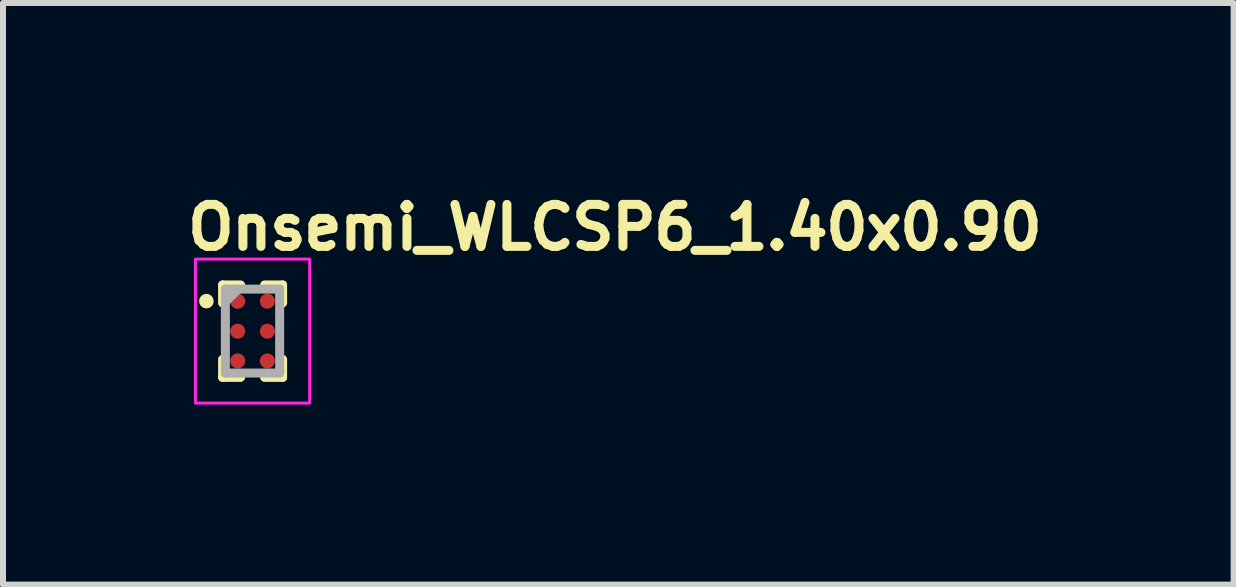
<source format=kicad_pcb>
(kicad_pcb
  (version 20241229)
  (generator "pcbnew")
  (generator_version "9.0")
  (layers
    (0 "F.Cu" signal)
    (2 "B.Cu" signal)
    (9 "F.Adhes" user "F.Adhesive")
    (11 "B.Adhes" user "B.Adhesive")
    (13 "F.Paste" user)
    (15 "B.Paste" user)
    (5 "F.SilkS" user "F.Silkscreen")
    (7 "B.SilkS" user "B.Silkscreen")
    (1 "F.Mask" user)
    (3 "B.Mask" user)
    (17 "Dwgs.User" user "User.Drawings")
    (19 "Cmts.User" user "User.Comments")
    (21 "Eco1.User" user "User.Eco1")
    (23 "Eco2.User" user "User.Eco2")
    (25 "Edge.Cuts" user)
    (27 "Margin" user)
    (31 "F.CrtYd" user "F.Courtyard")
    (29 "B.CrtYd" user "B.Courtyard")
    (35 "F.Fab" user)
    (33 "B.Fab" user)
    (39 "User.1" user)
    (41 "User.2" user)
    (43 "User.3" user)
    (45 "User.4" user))
  (footprint "Onsemi_WLCSP6_1.40x0.90"
    (layer "F.Cu")
    (at 1.16 2.469)
    (property "Reference" "Onsemi_WLCSP6_1.40x0.90" (at -1.16 -1.319 0) (layer "F.SilkS") (effects (font (size 0.7 0.7) (thickness 0.15)) (justify left bottom)))
    (attr smd)
    (fp_line (start -0.5 -0.47) (end -0.5 -0.77) (stroke (width 0.15) (type solid)) (layer "F.SilkS"))
    (fp_line (start -0.5 0.47) (end -0.5 0.77) (stroke (width 0.15) (type solid)) (layer "F.SilkS"))
    (fp_line (start -0.2 -0.77) (end -0.5 -0.77) (stroke (width 0.15) (type solid)) (layer "F.SilkS"))
    (fp_line (start -0.2 0.77) (end -0.5 0.77) (stroke (width 0.15) (type solid)) (layer "F.SilkS"))
    (fp_line (start 0.2 -0.77) (end 0.5 -0.77) (stroke (width 0.15) (type solid)) (layer "F.SilkS"))
    (fp_line (start 0.2 0.77) (end 0.5 0.77) (stroke (width 0.15) (type solid)) (layer "F.SilkS"))
    (fp_line (start 0.5 -0.47) (end 0.5 -0.77) (stroke (width 0.15) (type solid)) (layer "F.SilkS"))
    (fp_line (start 0.5 0.47) (end 0.5 0.77) (stroke (width 0.15) (type solid)) (layer "F.SilkS"))
    (fp_circle (center -0.77 -0.5) (end -0.724 -0.5) (stroke (width 0.15) (type solid)) (fill yes) (layer "F.SilkS"))
    (fp_rect (start -0.953 -1.201) (end 0.951 1.199) (stroke (width 0.05) (type solid)) (fill no) (layer "F.CrtYd"))
    (fp_line (start -0.454 0.698) (end -0.454 -0.701) (stroke (width 0.15) (type solid)) (layer "F.Fab"))
    (fp_line (start -0.25 -0.69) (end -0.45 -0.49) (stroke (width 0.15) (type solid)) (layer "F.Fab"))
    (fp_line (start 0.451 -0.701) (end -0.454 -0.701) (stroke (width 0.15) (type solid)) (layer "F.Fab"))
    (fp_line (start 0.451 0.698) (end -0.454 0.698) (stroke (width 0.15) (type solid)) (layer "F.Fab"))
    (fp_line (start 0.451 0.698) (end 0.451 -0.701) (stroke (width 0.15) (type solid)) (layer "F.Fab"))
    (fp_rect (start -0.453 -0.701) (end 0.451 0.699) (stroke (width 0.1) (type solid)) (fill no) (layer "User.5"))
    (fp_rect (start -0.453 -0.701) (end 0.451 0.699) (stroke (width 0.1) (type solid)) (fill no) (layer "User.5"))
    (fp_line (start -0.453 -0.701) (end 0.451 -0.701) (stroke (width 0.02) (type solid)) (layer "User.9"))
    (fp_line (start -0.453 0.699) (end -0.453 -0.701) (stroke (width 0.02) (type solid)) (layer "User.9"))
    (fp_line (start -0.453 0.699) (end 0.451 0.699) (stroke (width 0.02) (type solid)) (layer "User.9"))
    (fp_line (start -0.396 -0.596) (end -0.396 -0.593) (stroke (width 0.02) (type solid)) (layer "User.9"))
    (fp_line (start -0.396 -0.593) (end -0.396 -0.59) (stroke (width 0.02) (type solid)) (layer "User.9"))
    (fp_line (start -0.396 -0.59) (end -0.396 -0.587) (stroke (width 0.02) (type solid)) (layer "User.9"))
    (fp_line (start -0.396 -0.587) (end -0.396 -0.587) (stroke (width 0.02) (type solid)) (layer "User.9"))
    (fp_line (start -0.396 -0.587) (end -0.396 -0.584) (stroke (width 0.02) (type solid)) (layer "User.9"))
    (fp_line (start -0.396 -0.584) (end -0.396 -0.581) (stroke (width 0.02) (type solid)) (layer "User.9"))
    (fp_line (start -0.396 -0.581) (end -0.396 -0.578) (stroke (width 0.02) (type solid)) (layer "User.9"))
    (fp_line (start -0.396 -0.578) (end -0.395 -0.577) (stroke (width 0.02) (type solid)) (layer "User.9"))
    (fp_line (start -0.395 -0.598) (end -0.396 -0.596) (stroke (width 0.02) (type solid)) (layer "User.9"))
    (fp_line (start -0.395 -0.577) (end -0.394 -0.575) (stroke (width 0.02) (type solid)) (layer "User.9"))
    (fp_line (start -0.394 -0.604) (end -0.394 -0.601) (stroke (width 0.02) (type solid)) (layer "User.9"))
    (fp_line (start -0.394 -0.601) (end -0.395 -0.598) (stroke (width 0.02) (type solid)) (layer "User.9"))
    (fp_line (start -0.394 -0.575) (end -0.394 -0.572) (stroke (width 0.02) (type solid)) (layer "User.9"))
    (fp_line (start -0.394 -0.572) (end -0.393 -0.57) (stroke (width 0.02) (type solid)) (layer "User.9"))
    (fp_line (start -0.393 -0.606) (end -0.394 -0.604) (stroke (width 0.02) (type solid)) (layer "User.9"))
    (fp_line (start -0.393 -0.57) (end -0.392 -0.567) (stroke (width 0.02) (type solid)) (layer "User.9"))
    (fp_line (start -0.392 -0.609) (end -0.393 -0.606) (stroke (width 0.02) (type solid)) (layer "User.9"))
    (fp_line (start -0.392 -0.567) (end -0.391 -0.565) (stroke (width 0.02) (type solid)) (layer "User.9"))
    (fp_line (start -0.391 -0.611) (end -0.392 -0.609) (stroke (width 0.02) (type solid)) (layer "User.9"))
    (fp_line (start -0.391 -0.565) (end -0.389 -0.563) (stroke (width 0.02) (type solid)) (layer "User.9"))
    (fp_line (start -0.389 -0.614) (end -0.391 -0.611) (stroke (width 0.02) (type solid)) (layer "User.9"))
    (fp_line (start -0.389 -0.563) (end -0.388 -0.561) (stroke (width 0.02) (type solid)) (layer "User.9"))
    (fp_line (start -0.388 -0.616) (end -0.389 -0.614) (stroke (width 0.02) (type solid)) (layer "User.9"))
    (fp_line (start -0.388 -0.561) (end -0.387 -0.559) (stroke (width 0.02) (type solid)) (layer "User.9"))
    (fp_line (start -0.387 -0.618) (end -0.388 -0.616) (stroke (width 0.02) (type solid)) (layer "User.9"))
    (fp_line (start -0.387 -0.559) (end -0.382 -0.556) (stroke (width 0.02) (type solid)) (layer "User.9"))
    (fp_line (start -0.382 -0.621) (end -0.387 -0.618) (stroke (width 0.02) (type solid)) (layer "User.9"))
    (fp_line (start -0.382 -0.556) (end -0.38 -0.554) (stroke (width 0.02) (type solid)) (layer "User.9"))
    (fp_line (start -0.38 -0.623) (end -0.382 -0.621) (stroke (width 0.02) (type solid)) (layer "User.9"))
    (fp_line (start -0.38 -0.554) (end -0.379 -0.552) (stroke (width 0.02) (type solid)) (layer "User.9"))
    (fp_line (start -0.379 -0.625) (end -0.38 -0.623) (stroke (width 0.02) (type solid)) (layer "User.9"))
    (fp_line (start -0.379 -0.552) (end -0.377 -0.55) (stroke (width 0.02) (type solid)) (layer "User.9"))
    (fp_line (start -0.377 -0.627) (end -0.379 -0.625) (stroke (width 0.02) (type solid)) (layer "User.9"))
    (fp_line (start -0.377 -0.55) (end -0.375 -0.548) (stroke (width 0.02) (type solid)) (layer "User.9"))
    (fp_line (start -0.375 -0.629) (end -0.377 -0.627) (stroke (width 0.02) (type solid)) (layer "User.9"))
    (fp_line (start -0.375 -0.548) (end -0.373 -0.547) (stroke (width 0.02) (type solid)) (layer "User.9"))
    (fp_line (start -0.373 -0.63) (end -0.375 -0.629) (stroke (width 0.02) (type solid)) (layer "User.9"))
    (fp_line (start -0.373 -0.547) (end -0.371 -0.545) (stroke (width 0.02) (type solid)) (layer "User.9"))
    (fp_line (start -0.371 -0.632) (end -0.373 -0.63) (stroke (width 0.02) (type solid)) (layer "User.9"))
    (fp_line (start -0.371 -0.545) (end -0.368 -0.543) (stroke (width 0.02) (type solid)) (layer "User.9"))
    (fp_line (start -0.368 -0.634) (end -0.371 -0.632) (stroke (width 0.02) (type solid)) (layer "User.9"))
    (fp_line (start -0.368 -0.543) (end -0.366 -0.542) (stroke (width 0.02) (type solid)) (layer "User.9"))
    (fp_line (start -0.366 -0.635) (end -0.368 -0.634) (stroke (width 0.02) (type solid)) (layer "User.9"))
    (fp_line (start -0.366 -0.542) (end -0.364 -0.541) (stroke (width 0.02) (type solid)) (layer "User.9"))
    (fp_line (start -0.364 -0.636) (end -0.366 -0.635) (stroke (width 0.02) (type solid)) (layer "User.9"))
    (fp_line (start -0.364 -0.541) (end -0.361 -0.539) (stroke (width 0.02) (type solid)) (layer "User.9"))
    (fp_line (start -0.361 -0.638) (end -0.364 -0.636) (stroke (width 0.02) (type solid)) (layer "User.9"))
    (fp_line (start -0.361 -0.539) (end -0.359 -0.538) (stroke (width 0.02) (type solid)) (layer "User.9"))
    (fp_line (start -0.359 -0.639) (end -0.361 -0.638) (stroke (width 0.02) (type solid)) (layer "User.9"))
    (fp_line (start -0.359 -0.538) (end -0.356 -0.537) (stroke (width 0.02) (type solid)) (layer "User.9"))
    (fp_line (start -0.356 -0.643) (end -0.359 -0.639) (stroke (width 0.02) (type solid)) (layer "User.9"))
    (fp_line (start -0.356 -0.537) (end -0.354 -0.536) (stroke (width 0.02) (type solid)) (layer "User.9"))
    (fp_line (start -0.354 -0.644) (end -0.356 -0.643) (stroke (width 0.02) (type solid)) (layer "User.9"))
    (fp_line (start -0.354 -0.536) (end -0.352 -0.536) (stroke (width 0.02) (type solid)) (layer "User.9"))
    (fp_line (start -0.352 -0.644) (end -0.354 -0.644) (stroke (width 0.02) (type solid)) (layer "User.9"))
    (fp_line (start -0.352 -0.536) (end -0.35 -0.535) (stroke (width 0.02) (type solid)) (layer "User.9"))
    (fp_line (start -0.35 -0.645) (end -0.352 -0.644) (stroke (width 0.02) (type solid)) (layer "User.9"))
    (fp_line (start -0.35 -0.535) (end -0.348 -0.534) (stroke (width 0.02) (type solid)) (layer "User.9"))
    (fp_line (start -0.348 -0.646) (end -0.35 -0.645) (stroke (width 0.02) (type solid)) (layer "User.9"))
    (fp_line (start -0.348 -0.534) (end -0.345 -0.534) (stroke (width 0.02) (type solid)) (layer "User.9"))
    (fp_line (start -0.345 -0.646) (end -0.348 -0.646) (stroke (width 0.02) (type solid)) (layer "User.9"))
    (fp_line (start -0.345 -0.534) (end -0.343 -0.534) (stroke (width 0.02) (type solid)) (layer "User.9"))
    (fp_line (start -0.343 -0.646) (end -0.345 -0.646) (stroke (width 0.02) (type solid)) (layer "User.9"))
    (fp_line (start -0.343 -0.534) (end -0.34 -0.534) (stroke (width 0.02) (type solid)) (layer "User.9"))
    (fp_line (start -0.34 -0.646) (end -0.343 -0.646) (stroke (width 0.02) (type solid)) (layer "User.9"))
    (fp_line (start -0.34 -0.646) (end -0.34 -0.646) (stroke (width 0.02) (type solid)) (layer "User.9"))
    (fp_line (start -0.34 -0.534) (end -0.34 -0.534) (stroke (width 0.02) (type solid)) (layer "User.9"))
    (fp_line (start -0.34 -0.534) (end -0.337 -0.534) (stroke (width 0.02) (type solid)) (layer "User.9"))
    (fp_line (start -0.337 -0.646) (end -0.34 -0.646) (stroke (width 0.02) (type solid)) (layer "User.9"))
    (fp_line (start -0.337 -0.534) (end -0.334 -0.534) (stroke (width 0.02) (type solid)) (layer "User.9"))
    (fp_line (start -0.334 -0.646) (end -0.337 -0.646) (stroke (width 0.02) (type solid)) (layer "User.9"))
    (fp_line (start -0.334 -0.534) (end -0.331 -0.534) (stroke (width 0.02) (type solid)) (layer "User.9"))
    (fp_line (start -0.331 -0.646) (end -0.334 -0.646) (stroke (width 0.02) (type solid)) (layer "User.9"))
    (fp_line (start -0.331 -0.534) (end -0.329 -0.535) (stroke (width 0.02) (type solid)) (layer "User.9"))
    (fp_line (start -0.329 -0.645) (end -0.331 -0.646) (stroke (width 0.02) (type solid)) (layer "User.9"))
    (fp_line (start -0.329 -0.535) (end -0.326 -0.536) (stroke (width 0.02) (type solid)) (layer "User.9"))
    (fp_line (start -0.326 -0.644) (end -0.329 -0.645) (stroke (width 0.02) (type solid)) (layer "User.9"))
    (fp_line (start -0.326 -0.536) (end -0.323 -0.536) (stroke (width 0.02) (type solid)) (layer "User.9"))
    (fp_line (start -0.323 -0.644) (end -0.326 -0.644) (stroke (width 0.02) (type solid)) (layer "User.9"))
    (fp_line (start -0.323 -0.536) (end -0.318 -0.537) (stroke (width 0.02) (type solid)) (layer "User.9"))
    (fp_line (start -0.318 -0.643) (end -0.323 -0.644) (stroke (width 0.02) (type solid)) (layer "User.9"))
    (fp_line (start -0.318 -0.537) (end -0.315 -0.538) (stroke (width 0.02) (type solid)) (layer "User.9"))
    (fp_line (start -0.315 -0.639) (end -0.318 -0.643) (stroke (width 0.02) (type solid)) (layer "User.9"))
    (fp_line (start -0.315 -0.538) (end -0.313 -0.539) (stroke (width 0.02) (type solid)) (layer "User.9"))
    (fp_line (start -0.313 -0.638) (end -0.315 -0.639) (stroke (width 0.02) (type solid)) (layer "User.9"))
    (fp_line (start -0.313 -0.539) (end -0.31 -0.541) (stroke (width 0.02) (type solid)) (layer "User.9"))
    (fp_line (start -0.31 -0.636) (end -0.313 -0.638) (stroke (width 0.02) (type solid)) (layer "User.9"))
    (fp_line (start -0.31 -0.541) (end -0.308 -0.542) (stroke (width 0.02) (type solid)) (layer "User.9"))
    (fp_line (start -0.308 -0.635) (end -0.31 -0.636) (stroke (width 0.02) (type solid)) (layer "User.9"))
    (fp_line (start -0.308 -0.542) (end -0.306 -0.543) (stroke (width 0.02) (type solid)) (layer "User.9"))
    (fp_line (start -0.306 -0.634) (end -0.308 -0.635) (stroke (width 0.02) (type solid)) (layer "User.9"))
    (fp_line (start -0.306 -0.543) (end -0.303 -0.545) (stroke (width 0.02) (type solid)) (layer "User.9"))
    (fp_line (start -0.303 -0.632) (end -0.306 -0.634) (stroke (width 0.02) (type solid)) (layer "User.9"))
    (fp_line (start -0.303 -0.545) (end -0.301 -0.547) (stroke (width 0.02) (type solid)) (layer "User.9"))
    (fp_line (start -0.301 -0.63) (end -0.303 -0.632) (stroke (width 0.02) (type solid)) (layer "User.9"))
    (fp_line (start -0.301 -0.547) (end -0.299 -0.548) (stroke (width 0.02) (type solid)) (layer "User.9"))
    (fp_line (start -0.299 -0.629) (end -0.301 -0.63) (stroke (width 0.02) (type solid)) (layer "User.9"))
    (fp_line (start -0.299 -0.548) (end -0.297 -0.55) (stroke (width 0.02) (type solid)) (layer "User.9"))
    (fp_line (start -0.297 -0.627) (end -0.299 -0.629) (stroke (width 0.02) (type solid)) (layer "User.9"))
    (fp_line (start -0.297 -0.55) (end -0.295 -0.552) (stroke (width 0.02) (type solid)) (layer "User.9"))
    (fp_line (start -0.295 -0.625) (end -0.297 -0.627) (stroke (width 0.02) (type solid)) (layer "User.9"))
    (fp_line (start -0.295 -0.552) (end -0.294 -0.554) (stroke (width 0.02) (type solid)) (layer "User.9"))
    (fp_line (start -0.294 -0.623) (end -0.295 -0.625) (stroke (width 0.02) (type solid)) (layer "User.9"))
    (fp_line (start -0.294 -0.554) (end -0.292 -0.556) (stroke (width 0.02) (type solid)) (layer "User.9"))
    (fp_line (start -0.292 -0.621) (end -0.294 -0.623) (stroke (width 0.02) (type solid)) (layer "User.9"))
    (fp_line (start -0.292 -0.556) (end -0.29 -0.559) (stroke (width 0.02) (type solid)) (layer "User.9"))
    (fp_line (start -0.29 -0.618) (end -0.292 -0.621) (stroke (width 0.02) (type solid)) (layer "User.9"))
    (fp_line (start -0.29 -0.559) (end -0.289 -0.561) (stroke (width 0.02) (type solid)) (layer "User.9"))
    (fp_line (start -0.289 -0.616) (end -0.29 -0.618) (stroke (width 0.02) (type solid)) (layer "User.9"))
    (fp_line (start -0.289 -0.614) (end -0.289 -0.616) (stroke (width 0.02) (type solid)) (layer "User.9"))
    (fp_line (start -0.289 -0.563) (end -0.288 -0.565) (stroke (width 0.02) (type solid)) (layer "User.9"))
    (fp_line (start -0.289 -0.561) (end -0.289 -0.563) (stroke (width 0.02) (type solid)) (layer "User.9"))
    (fp_line (start -0.288 -0.611) (end -0.289 -0.614) (stroke (width 0.02) (type solid)) (layer "User.9"))
    (fp_line (start -0.288 -0.565) (end -0.287 -0.567) (stroke (width 0.02) (type solid)) (layer "User.9"))
    (fp_line (start -0.287 -0.609) (end -0.288 -0.611) (stroke (width 0.02) (type solid)) (layer "User.9"))
    (fp_line (start -0.287 -0.567) (end -0.286 -0.57) (stroke (width 0.02) (type solid)) (layer "User.9"))
    (fp_line (start -0.286 -0.606) (end -0.287 -0.609) (stroke (width 0.02) (type solid)) (layer "User.9"))
    (fp_line (start -0.286 -0.57) (end -0.285 -0.572) (stroke (width 0.02) (type solid)) (layer "User.9"))
    (fp_line (start -0.285 -0.604) (end -0.286 -0.606) (stroke (width 0.02) (type solid)) (layer "User.9"))
    (fp_line (start -0.285 -0.601) (end -0.285 -0.604) (stroke (width 0.02) (type solid)) (layer "User.9"))
    (fp_line (start -0.285 -0.575) (end -0.284 -0.577) (stroke (width 0.02) (type solid)) (layer "User.9"))
    (fp_line (start -0.285 -0.572) (end -0.285 -0.575) (stroke (width 0.02) (type solid)) (layer "User.9"))
    (fp_line (start -0.284 -0.598) (end -0.285 -0.601) (stroke (width 0.02) (type solid)) (layer "User.9"))
    (fp_line (start -0.284 -0.577) (end -0.283 -0.578) (stroke (width 0.02) (type solid)) (layer "User.9"))
    (fp_line (start -0.283 -0.596) (end -0.284 -0.598) (stroke (width 0.02) (type solid)) (layer "User.9"))
    (fp_line (start -0.283 -0.593) (end -0.283 -0.596) (stroke (width 0.02) (type solid)) (layer "User.9"))
    (fp_line (start -0.283 -0.59) (end -0.283 -0.593) (stroke (width 0.02) (type solid)) (layer "User.9"))
    (fp_line (start -0.283 -0.587) (end -0.283 -0.59) (stroke (width 0.02) (type solid)) (layer "User.9"))
    (fp_line (start -0.283 -0.587) (end -0.283 -0.587) (stroke (width 0.02) (type solid)) (layer "User.9"))
    (fp_line (start -0.283 -0.587) (end -0.283 -0.587) (stroke (width 0.02) (type solid)) (layer "User.9"))
    (fp_line (start -0.283 -0.584) (end -0.283 -0.587) (stroke (width 0.02) (type solid)) (layer "User.9"))
    (fp_line (start -0.283 -0.581) (end -0.283 -0.584) (stroke (width 0.02) (type solid)) (layer "User.9"))
    (fp_line (start -0.283 -0.578) (end -0.283 -0.581) (stroke (width 0.02) (type solid)) (layer "User.9"))
    (fp_line (start 0.451 0.699) (end 0.451 -0.701) (stroke (width 0.02) (type solid)) (layer "User.9"))
    (pad "A1" smd circle (at -0.249 -0.499) (size 0.25 0.25) (layers "F.Cu" "F.Mask" "F.Paste"))
    (pad "A2" smd circle (at 0.246 -0.499) (size 0.25 0.25) (layers "F.Cu" "F.Mask" "F.Paste"))
    (pad "B1" smd circle (at -0.249 0.001) (size 0.25 0.25) (layers "F.Cu" "F.Mask" "F.Paste"))
    (pad "B2" smd circle (at 0.246 0.001) (size 0.25 0.25) (layers "F.Cu" "F.Mask" "F.Paste"))
    (pad "C1" smd circle (at -0.249 0.496) (size 0.25 0.25) (layers "F.Cu" "F.Mask" "F.Paste"))
    (pad "C2" smd circle (at 0.246 0.496) (size 0.25 0.25) (layers "F.Cu" "F.Mask" "F.Paste")))
  (gr_rect
    (start -3 -3)
    (end 17.51 6.693)
    (stroke (width 0.1) (type default))
    (fill no)
    (layer "Edge.Cuts")))
</source>
